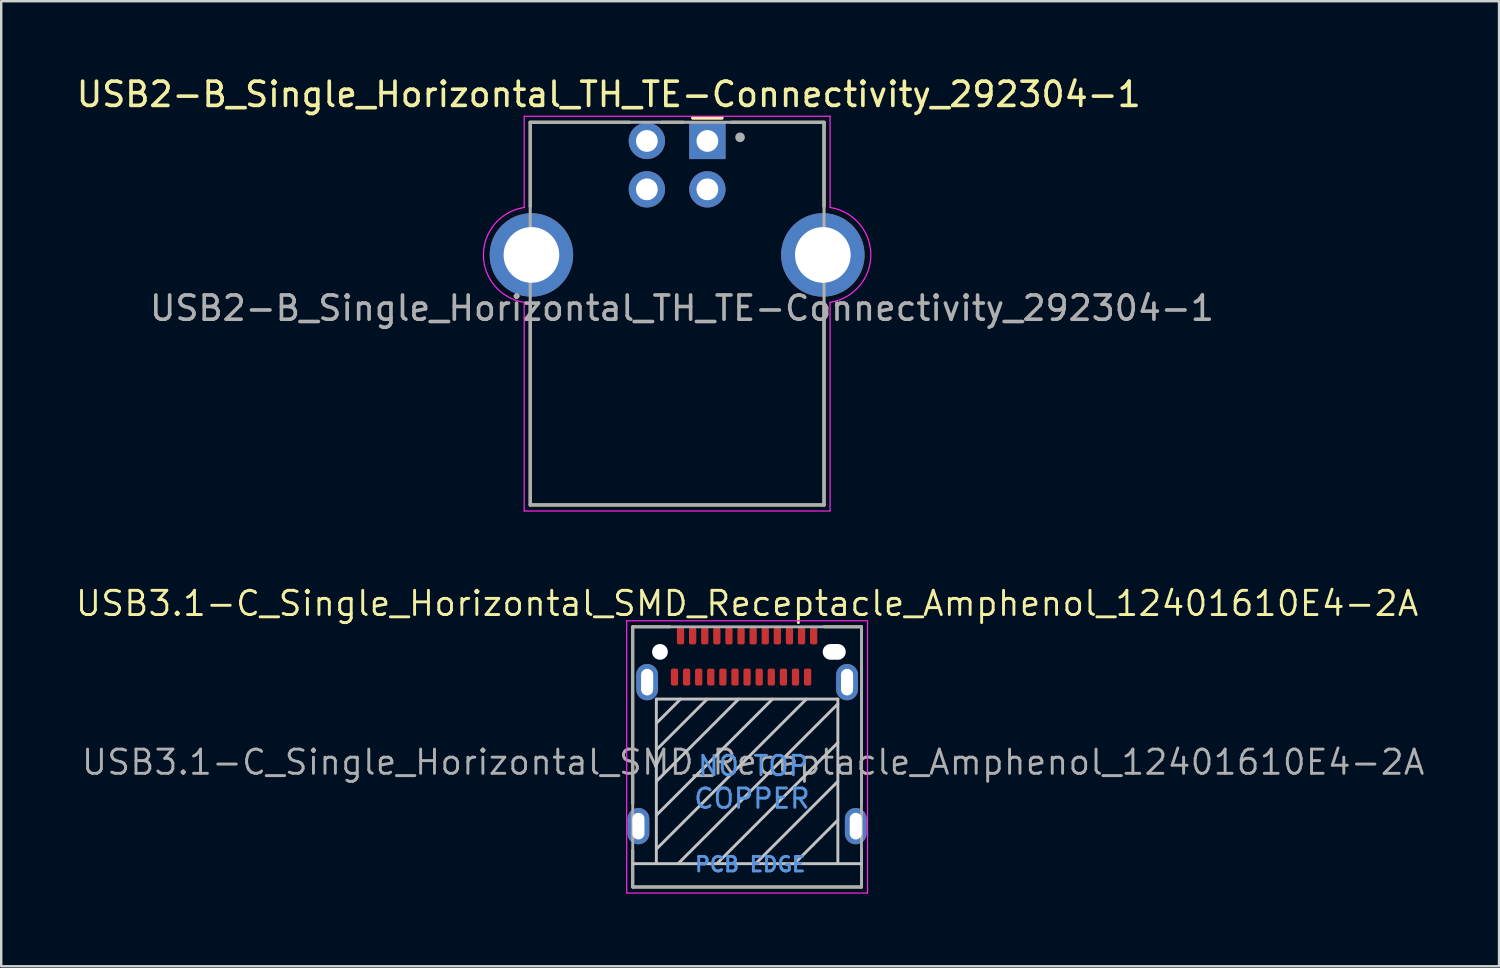
<source format=kicad_pcb>
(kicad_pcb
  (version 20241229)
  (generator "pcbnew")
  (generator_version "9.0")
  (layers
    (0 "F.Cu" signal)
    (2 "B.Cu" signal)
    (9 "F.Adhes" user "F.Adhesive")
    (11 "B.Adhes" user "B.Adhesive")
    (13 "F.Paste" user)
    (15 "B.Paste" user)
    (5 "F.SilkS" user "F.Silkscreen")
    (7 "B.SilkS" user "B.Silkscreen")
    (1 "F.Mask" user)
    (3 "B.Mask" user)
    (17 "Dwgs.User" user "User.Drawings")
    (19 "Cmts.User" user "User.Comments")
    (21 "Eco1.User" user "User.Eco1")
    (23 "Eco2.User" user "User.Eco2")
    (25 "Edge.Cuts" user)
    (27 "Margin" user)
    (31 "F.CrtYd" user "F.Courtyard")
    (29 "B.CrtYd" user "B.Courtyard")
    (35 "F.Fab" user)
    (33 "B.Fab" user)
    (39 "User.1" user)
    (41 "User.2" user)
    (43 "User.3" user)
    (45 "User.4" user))
  (footprint "USB2-B_Single_Horizontal_TH_TE-Connectivity_292304-1"
    (layer "F.Cu")
    (at 26.177 2.773)
    (property "Reference" "USB2-B_Single_Horizontal_TH_TE-Connectivity_292304-1" (at -4.075 -1.925 0) (unlocked yes) (layer "F.SilkS") (effects (font (size 1 1) (thickness 0.15))))
    (attr through_hole)
    (fp_line (start -7.32 -0.77) (end -7.32 2.71) (stroke (width 0.127) (type solid)) (layer "F.SilkS"))
    (fp_line (start -7.32 6.71) (end -7.32 15.04) (stroke (width 0.127) (type solid)) (layer "F.SilkS"))
    (fp_line (start -3.2 -0.77) (end -7.32 -0.77) (stroke (width 0.127) (type solid)) (layer "F.SilkS"))
    (fp_line (start -1.9 -0.77) (end -1 -0.77) (stroke (width 0.127) (type solid)) (layer "F.SilkS"))
    (fp_line (start 0.6 -0.95) (end -0.6 -0.95) (stroke (width 0.15) (type solid)) (layer "F.SilkS"))
    (fp_line (start 1 -0.77) (end 4.82 -0.77) (stroke (width 0.127) (type solid)) (layer "F.SilkS"))
    (fp_line (start 4.82 -0.77) (end 4.82 2.71) (stroke (width 0.127) (type solid)) (layer "F.SilkS"))
    (fp_line (start 4.82 6.71) (end 4.82 15.04) (stroke (width 0.127) (type solid)) (layer "F.SilkS"))
    (fp_line (start 4.82 15.04) (end -7.32 15.04) (stroke (width 0.127) (type solid)) (layer "F.SilkS"))
    (fp_line (start -7.57 -1.02) (end -7.57 2.75) (stroke (width 0.05) (type solid)) (layer "F.CrtYd"))
    (fp_line (start -7.57 15.29) (end -7.57 6.67) (stroke (width 0.05) (type solid)) (layer "F.CrtYd"))
    (fp_line (start -7.57 15.29) (end 5.07 15.29) (stroke (width 0.05) (type solid)) (layer "F.CrtYd"))
    (fp_line (start 5.07 -1.02) (end -7.57 -1.02) (stroke (width 0.05) (type solid)) (layer "F.CrtYd"))
    (fp_line (start 5.07 -1.02) (end 5.07 2.75) (stroke (width 0.05) (type solid)) (layer "F.CrtYd"))
    (fp_line (start 5.07 15.29) (end 5.07 6.67) (stroke (width 0.05) (type solid)) (layer "F.CrtYd"))
    (fp_arc (start -7.570001 6.669999) (mid -9.252825 4.709999) (end -7.569999 2.750001) (stroke (width 0.05) (type solid)) (layer "F.CrtYd"))
    (fp_arc (start 5.069999 2.750001) (mid 6.752825 4.709999) (end 5.070001 6.669999) (stroke (width 0.05) (type solid)) (layer "F.CrtYd"))
    (fp_line (start -7.32 -0.77) (end -7.32 15.04) (stroke (width 0.127) (type solid)) (layer "F.Fab"))
    (fp_line (start 4.82 -0.77) (end -7.32 -0.77) (stroke (width 0.127) (type solid)) (layer "F.Fab"))
    (fp_line (start 4.82 -0.77) (end 4.82 15.04) (stroke (width 0.127) (type solid)) (layer "F.Fab"))
    (fp_line (start 4.82 15.04) (end -7.32 15.04) (stroke (width 0.127) (type solid)) (layer "F.Fab"))
    (fp_circle (center 1.35 -0.15) (end 1.45 -0.15) (stroke (width 0.2) (type solid)) (fill no) (layer "F.Fab"))
    (fp_text user "${REFERENCE}" (at -1.05 6.91 0) (layer "F.Fab") (effects (font (size 1 1) (thickness 0.15))))
    (pad "1" thru_hole rect (at 0 0) (size 1.5 1.5) (drill 0.9) (layers "*.Cu" "*.Mask"))
    (pad "2" thru_hole circle (at -2.5 0) (size 1.5 1.5) (drill 0.9) (layers "*.Cu" "*.Mask"))
    (pad "3" thru_hole circle (at -2.5 2) (size 1.5 1.5) (drill 0.9) (layers "*.Cu" "*.Mask"))
    (pad "4" thru_hole circle (at 0 2) (size 1.5 1.5) (drill 0.9) (layers "*.Cu" "*.Mask"))
    (pad "SH" thru_hole circle (at -7.27 4.71) (size 3.45 3.45) (drill 2.3) (layers "*.Cu" "*.Mask"))
    (pad "SH" thru_hole circle (at 4.77 4.71) (size 3.45 3.45) (drill 2.3) (layers "*.Cu" "*.Mask")))
  (footprint "USB3.1-C_Single_Horizontal_SMD_Receptacle_Amphenol_12401610E4-2A"
    (layer "F.Cu")
    (at 27.818 28.244)
    (property "Reference" "USB3.1-C_Single_Horizontal_SMD_Receptacle_Amphenol_12401610E4-2A" (at 0 -6.36 0) (unlocked yes) (layer "F.SilkS") (effects (font (size 1 1) (thickness 0.12))))
    (attr smd)
    (fp_line (start -4.725 -5.395) (end -3.19 -5.395) (stroke (width 0.12) (type solid)) (layer "F.SilkS"))
    (fp_line (start -4.725 1.91) (end -4.725 -5.395) (stroke (width 0.12) (type solid)) (layer "F.SilkS"))
    (fp_line (start -4.725 5.355) (end -4.725 3.83) (stroke (width 0.12) (type solid)) (layer "F.SilkS"))
    (fp_line (start -4.725 5.355) (end 4.725 5.355) (stroke (width 0.12) (type solid)) (layer "F.SilkS"))
    (fp_line (start 3.185 -5.395) (end 4.725 -5.395) (stroke (width 0.12) (type solid)) (layer "F.SilkS"))
    (fp_line (start 4.725 1.935) (end 4.725 -5.395) (stroke (width 0.12) (type solid)) (layer "F.SilkS"))
    (fp_line (start 4.725 5.355) (end 4.725 3.82) (stroke (width 0.12) (type solid)) (layer "F.SilkS"))
    (fp_line (start -4.725 4.39) (end 4.725 4.39) (stroke (width 0.12) (type solid)) (layer "Dwgs.User"))
    (fp_line (start -3.75 -2.41) (end -3.75 4.39) (stroke (width 0.12) (type solid)) (layer "Dwgs.User"))
    (fp_line (start -3.75 -1.41) (end -2.75 -2.41) (stroke (width 0.12) (type solid)) (layer "Dwgs.User"))
    (fp_line (start -3.75 -0.31) (end -1.65 -2.41) (stroke (width 0.12) (type solid)) (layer "Dwgs.User"))
    (fp_line (start -3.75 0.99) (end -0.35 -2.41) (stroke (width 0.12) (type solid)) (layer "Dwgs.User"))
    (fp_line (start -3.75 3.79) (end 2.45 -2.41) (stroke (width 0.12) (type solid)) (layer "Dwgs.User"))
    (fp_line (start 0.35 4.39) (end 3.75 0.99) (stroke (width 0.12) (type solid)) (layer "Dwgs.User"))
    (fp_line (start 1.05 -2.41) (end -3.75 2.39) (stroke (width 0.12) (type solid)) (layer "Dwgs.User"))
    (fp_line (start 3.75 -2.41) (end -3.75 -2.41) (stroke (width 0.12) (type solid)) (layer "Dwgs.User"))
    (fp_line (start 3.75 -2.21) (end -2.85 4.39) (stroke (width 0.12) (type solid)) (layer "Dwgs.User"))
    (fp_line (start 3.75 -0.61) (end -1.25 4.39) (stroke (width 0.12) (type solid)) (layer "Dwgs.User"))
    (fp_line (start 3.75 2.59) (end 1.95 4.39) (stroke (width 0.12) (type solid)) (layer "Dwgs.User"))
    (fp_line (start 3.75 4.39) (end 3.75 -2.41) (stroke (width 0.12) (type solid)) (layer "Dwgs.User"))
    (fp_line (start -4.975 -5.645) (end -4.975 5.605) (stroke (width 0.05) (type solid)) (layer "F.CrtYd"))
    (fp_line (start -4.975 5.605) (end 4.975 5.605) (stroke (width 0.05) (type solid)) (layer "F.CrtYd"))
    (fp_line (start 4.975 -5.645) (end -4.975 -5.645) (stroke (width 0.05) (type solid)) (layer "F.CrtYd"))
    (fp_line (start 4.975 5.605) (end 4.975 -5.645) (stroke (width 0.05) (type solid)) (layer "F.CrtYd"))
    (fp_line (start -4.725 -5.395) (end 4.725 -5.395) (stroke (width 0.12) (type solid)) (layer "F.Fab"))
    (fp_line (start -4.725 5.355) (end -4.725 -5.395) (stroke (width 0.12) (type solid)) (layer "F.Fab"))
    (fp_line (start -4.725 5.355) (end 4.725 5.355) (stroke (width 0.12) (type solid)) (layer "F.Fab"))
    (fp_line (start 4.725 5.355) (end 4.725 -5.395) (stroke (width 0.12) (type solid)) (layer "F.Fab"))
    (fp_text user "PCB EDGE" (at 0.13 4.42 0) (layer "Cmts.User") (effects (font (size 0.6 0.6) (thickness 0.12))))
    (fp_text user "NO TOP" (at 0.25 0.35 0) (layer "Cmts.User") (effects (font (size 0.8 0.8) (thickness 0.12))))
    (fp_text user "COPPER" (at 0.2 1.7 0) (layer "Cmts.User") (effects (font (size 0.8 0.8) (thickness 0.12))))
    (fp_text user "${REFERENCE}" (at 0.25 0.2 0) (layer "F.Fab") (effects (font (size 1 1) (thickness 0.12))))
    (pad "" np_thru_hole circle (at -3.6 -4.36) (size 0.65 0.65) (drill 0.65) (layers "*.Cu" "*.Mask"))
    (pad "" np_thru_hole oval (at 3.6 -4.36) (size 0.95 0.65) (drill oval 0.95 0.65) (layers "*.Cu" "*.Mask"))
    (pad "A1" smd roundrect (at -2.75 -5.02) (size 0.3 0.7) (layers "F.Cu" "F.Mask" "F.Paste") (roundrect_rratio 0.25))
    (pad "A2" smd roundrect (at -2.25 -5.02) (size 0.3 0.7) (layers "F.Cu" "F.Mask" "F.Paste") (roundrect_rratio 0.25))
    (pad "A3" smd roundrect (at -1.75 -5.02) (size 0.3 0.7) (layers "F.Cu" "F.Mask" "F.Paste") (roundrect_rratio 0.25))
    (pad "A4" smd roundrect (at -1.25 -5.02) (size 0.3 0.7) (layers "F.Cu" "F.Mask" "F.Paste") (roundrect_rratio 0.25))
    (pad "A5" smd roundrect (at -0.75 -5.02) (size 0.3 0.7) (layers "F.Cu" "F.Mask" "F.Paste") (roundrect_rratio 0.25))
    (pad "A6" smd roundrect (at -0.25 -5.02) (size 0.3 0.7) (layers "F.Cu" "F.Mask" "F.Paste") (roundrect_rratio 0.25))
    (pad "A7" smd roundrect (at 0.25 -5.02) (size 0.3 0.7) (layers "F.Cu" "F.Mask" "F.Paste") (roundrect_rratio 0.25))
    (pad "A8" smd roundrect (at 0.75 -5.02) (size 0.3 0.7) (layers "F.Cu" "F.Mask" "F.Paste") (roundrect_rratio 0.25))
    (pad "A9" smd roundrect (at 1.25 -5.02) (size 0.3 0.7) (layers "F.Cu" "F.Mask" "F.Paste") (roundrect_rratio 0.25))
    (pad "A10" smd roundrect (at 1.75 -5.02) (size 0.3 0.7) (layers "F.Cu" "F.Mask" "F.Paste") (roundrect_rratio 0.25))
    (pad "A11" smd roundrect (at 2.25 -5.02) (size 0.3 0.7) (layers "F.Cu" "F.Mask" "F.Paste") (roundrect_rratio 0.25))
    (pad "A12" smd roundrect (at 2.75 -5.02) (size 0.3 0.7) (layers "F.Cu" "F.Mask" "F.Paste") (roundrect_rratio 0.25))
    (pad "B1" smd roundrect (at 2.5 -3.32) (size 0.3 0.7) (layers "F.Cu" "F.Mask" "F.Paste") (roundrect_rratio 0.25))
    (pad "B2" smd roundrect (at 2 -3.32) (size 0.3 0.7) (layers "F.Cu" "F.Mask" "F.Paste") (roundrect_rratio 0.25))
    (pad "B3" smd roundrect (at 1.5 -3.32) (size 0.3 0.7) (layers "F.Cu" "F.Mask" "F.Paste") (roundrect_rratio 0.25))
    (pad "B4" smd roundrect (at 1 -3.32) (size 0.3 0.7) (layers "F.Cu" "F.Mask" "F.Paste") (roundrect_rratio 0.25))
    (pad "B5" smd roundrect (at 0.5 -3.32) (size 0.3 0.7) (layers "F.Cu" "F.Mask" "F.Paste") (roundrect_rratio 0.25))
    (pad "B6" smd roundrect (at 0 -3.32) (size 0.3 0.7) (layers "F.Cu" "F.Mask" "F.Paste") (roundrect_rratio 0.25))
    (pad "B7" smd roundrect (at -0.5 -3.32) (size 0.3 0.7) (layers "F.Cu" "F.Mask" "F.Paste") (roundrect_rratio 0.25))
    (pad "B8" smd roundrect (at -1 -3.32) (size 0.3 0.7) (layers "F.Cu" "F.Mask" "F.Paste") (roundrect_rratio 0.25))
    (pad "B9" smd roundrect (at -1.5 -3.32) (size 0.3 0.7) (layers "F.Cu" "F.Mask" "F.Paste") (roundrect_rratio 0.25))
    (pad "B10" smd roundrect (at -2 -3.32) (size 0.3 0.7) (layers "F.Cu" "F.Mask" "F.Paste") (roundrect_rratio 0.25))
    (pad "B11" smd roundrect (at -2.5 -3.32) (size 0.3 0.7) (layers "F.Cu" "F.Mask" "F.Paste") (roundrect_rratio 0.25))
    (pad "B12" smd roundrect (at -3 -3.32) (size 0.3 0.7) (layers "F.Cu" "F.Mask" "F.Paste") (roundrect_rratio 0.25))
    (pad "S1" thru_hole oval (at -4.49 2.84) (size 0.9 1.5) (drill oval 0.5 1.1) (layers "*.Cu" "*.Mask"))
    (pad "S1" thru_hole oval (at -4.13 -3.11) (size 0.9 1.5) (drill oval 0.5 1.1) (layers "*.Cu" "*.Mask"))
    (pad "S1" thru_hole oval (at 4.13 -3.11) (size 0.9 1.5) (drill oval 0.5 1.1) (layers "*.Cu" "*.Mask"))
    (pad "S1" thru_hole oval (at 4.49 2.84) (size 0.9 1.5) (drill oval 0.5 1.1) (layers "*.Cu" "*.Mask")))
  (gr_rect
    (start -3 -3)
    (end 58.886 36.874)
    (stroke (width 0.1) (type default))
    (fill no)
    (layer "Edge.Cuts")))
</source>
